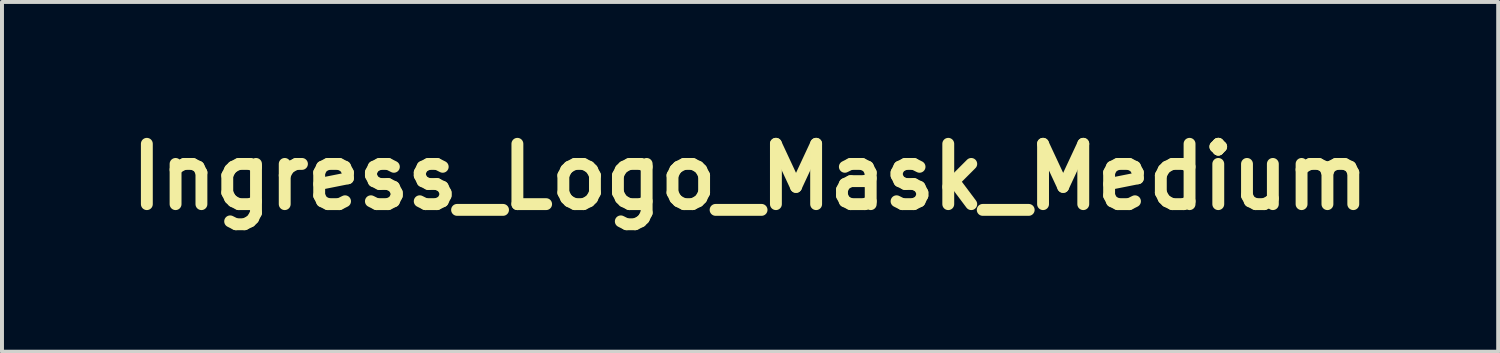
<source format=kicad_pcb>
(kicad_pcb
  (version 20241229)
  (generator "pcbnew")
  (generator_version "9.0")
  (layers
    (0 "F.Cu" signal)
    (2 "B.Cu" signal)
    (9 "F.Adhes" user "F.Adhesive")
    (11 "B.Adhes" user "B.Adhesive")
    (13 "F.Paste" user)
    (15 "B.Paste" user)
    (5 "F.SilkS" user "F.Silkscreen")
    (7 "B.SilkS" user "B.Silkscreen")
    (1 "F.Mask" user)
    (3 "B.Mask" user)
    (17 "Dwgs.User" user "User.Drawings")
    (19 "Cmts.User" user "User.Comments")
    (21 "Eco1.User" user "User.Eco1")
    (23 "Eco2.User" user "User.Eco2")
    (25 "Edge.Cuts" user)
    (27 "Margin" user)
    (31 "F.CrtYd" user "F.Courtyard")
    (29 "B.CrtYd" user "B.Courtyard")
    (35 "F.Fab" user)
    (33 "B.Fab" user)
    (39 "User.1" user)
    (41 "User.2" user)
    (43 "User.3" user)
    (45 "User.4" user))
  (footprint "Ingress_Logo_Mask_Medium"
    (layer "F.Cu")
    (at 15.9 1.418)
    (property "Reference" "Ingress_Logo_Mask_Medium" (at 0 0 0) (layer "F.SilkS") (effects (font (size 1.524 1.524) (thickness 0.3))))
    (attr through_hole)
    (fp_poly (pts (xy 0.251 -0.372) (xy 0.283 -0.372) (xy 0.315 -0.372) (xy 0.345 -0.372) (xy 0.374 -0.372) (xy 0.403 -0.372) (xy 0.43 -0.372) (xy 0.456 -0.372) (xy 0.481 -0.372) (xy 0.504 -0.372) (xy 0.526 -0.372) (xy 0.546 -0.372) (xy 0.564 -0.372) (xy 0.581 -0.371) (xy 0.596 -0.371) (xy 0.609 -0.371) (xy 0.62 -0.371) (xy 0.629 -0.371) (xy 0.636 -0.371) (xy 0.64 -0.371) (xy 0.642 -0.371) (xy 0.642 -0.371) (xy 0.642 -0.37) (xy 0.64 -0.366) (xy 0.637 -0.361) (xy 0.633 -0.354) (xy 0.628 -0.345) (xy 0.622 -0.335) (xy 0.615 -0.323) (xy 0.607 -0.309) (xy 0.598 -0.294) (xy 0.589 -0.278) (xy 0.579 -0.26) (xy 0.568 -0.241) (xy 0.557 -0.221) (xy 0.544 -0.2) (xy 0.532 -0.178) (xy 0.519 -0.156) (xy 0.505 -0.133) (xy 0.492 -0.109) (xy 0.478 -0.084) (xy 0.463 -0.059) (xy 0.449 -0.034) (xy 0.434 -0.008) (xy 0.419 0.017) (xy 0.404 0.043) (xy 0.389 0.069) (xy 0.374 0.095) (xy 0.36 0.12) (xy 0.345 0.145) (xy 0.331 0.17) (xy 0.317 0.195) (xy 0.303 0.219) (xy 0.289 0.242) (xy 0.276 0.264) (xy 0.264 0.286) (xy 0.252 0.307) (xy 0.24 0.327) (xy 0.229 0.346) (xy 0.219 0.363) (xy 0.21 0.38) (xy 0.201 0.395) (xy 0.193 0.408) (xy 0.186 0.42) (xy 0.18 0.431) (xy 0.175 0.44) (xy 0.171 0.446) (xy 0.168 0.452) (xy 0.166 0.455) (xy 0.166 0.455) (xy 0.165 0.457) (xy 0.162 0.462) (xy 0.158 0.469) (xy 0.153 0.477) (xy 0.147 0.487) (xy 0.141 0.499) (xy 0.133 0.511) (xy 0.126 0.525) (xy 0.117 0.54) (xy 0.108 0.555) (xy 0.099 0.572) (xy 0.089 0.589) (xy 0.079 0.605) (xy 0.07 0.622) (xy 0.06 0.638) (xy 0.051 0.654) (xy 0.043 0.669) (xy 0.035 0.682) (xy 0.027 0.695) (xy 0.021 0.706) (xy 0.015 0.716) (xy 0.01 0.725) (xy 0.006 0.732) (xy 0.003 0.737) (xy 0.001 0.74) (xy 0.000013 0.742) (xy 0 0.742) (xy -0.001 0.741) (xy -0.003 0.737) (xy -0.006 0.732) (xy -0.01 0.725) (xy -0.015 0.716) (xy -0.021 0.705) (xy -0.029 0.693) (xy -0.037 0.678) (xy -0.046 0.662) (xy -0.056 0.645) (xy -0.067 0.626) (xy -0.079 0.605) (xy -0.092 0.583) (xy -0.105 0.56) (xy -0.119 0.535) (xy -0.134 0.51) (xy -0.15 0.483) (xy -0.166 0.455) (xy -0.183 0.426) (xy -0.2 0.396) (xy -0.218 0.365) (xy -0.236 0.334) (xy -0.255 0.302) (xy -0.274 0.268) (xy -0.293 0.235) (xy -0.313 0.201) (xy -0.321 0.186) (xy -0.519 -0.157) (xy -0.387 -0.157) (xy -0.386 -0.156) (xy -0.384 -0.153) (xy -0.382 -0.148) (xy -0.378 -0.141) (xy -0.373 -0.132) (xy -0.367 -0.122) (xy -0.36 -0.11) (xy -0.353 -0.097) (xy -0.344 -0.083) (xy -0.335 -0.067) (xy -0.326 -0.05) (xy -0.316 -0.033) (xy -0.305 -0.014) (xy -0.294 0.005) (xy -0.283 0.025) (xy -0.271 0.045) (xy -0.259 0.066) (xy -0.247 0.087) (xy -0.234 0.108) (xy -0.222 0.13) (xy -0.21 0.151) (xy -0.197 0.173) (xy -0.185 0.194) (xy -0.173 0.214) (xy -0.161 0.235) (xy -0.15 0.255) (xy -0.139 0.274) (xy -0.128 0.292) (xy -0.118 0.31) (xy -0.109 0.326) (xy -0.1 0.342) (xy -0.091 0.356) (xy -0.084 0.369) (xy -0.077 0.38) (xy -0.071 0.39) (xy -0.066 0.399) (xy -0.063 0.406) (xy -0.06 0.41) (xy -0.058 0.413) (xy -0.057 0.414) (xy -0.057 0.413) (xy -0.057 0.409) (xy -0.057 0.404) (xy -0.057 0.396) (xy -0.057 0.386) (xy -0.057 0.374) (xy -0.057 0.361) (xy -0.057 0.346) (xy -0.057 0.33) (xy -0.057 0.313) (xy -0.057 0.294) (xy -0.057 0.274) (xy -0.057 0.254) (xy -0.057 0.232) (xy -0.057 0.224) (xy 0.057 0.224) (xy 0.057 0.25) (xy 0.057 0.273) (xy 0.057 0.294) (xy 0.057 0.314) (xy 0.057 0.331) (xy 0.057 0.346) (xy 0.057 0.359) (xy 0.057 0.37) (xy 0.057 0.38) (xy 0.057 0.388) (xy 0.058 0.395) (xy 0.058 0.401) (xy 0.058 0.405) (xy 0.058 0.408) (xy 0.058 0.411) (xy 0.058 0.412) (xy 0.059 0.412) (xy 0.059 0.412) (xy 0.06 0.411) (xy 0.062 0.407) (xy 0.065 0.402) (xy 0.069 0.395) (xy 0.073 0.387) (xy 0.079 0.378) (xy 0.085 0.367) (xy 0.092 0.355) (xy 0.099 0.343) (xy 0.105 0.332) (xy 0.113 0.319) (xy 0.12 0.307) (xy 0.127 0.295) (xy 0.133 0.284) (xy 0.138 0.275) (xy 0.143 0.266) (xy 0.147 0.259) (xy 0.15 0.254) (xy 0.152 0.251) (xy 0.153 0.249) (xy 0.154 0.248) (xy 0.156 0.244) (xy 0.159 0.239) (xy 0.163 0.231) (xy 0.168 0.222) (xy 0.174 0.212) (xy 0.181 0.2) (xy 0.189 0.186) (xy 0.198 0.171) (xy 0.207 0.155) (xy 0.217 0.138) (xy 0.227 0.12) (xy 0.238 0.102) (xy 0.249 0.082) (xy 0.261 0.062) (xy 0.271 0.045) (xy 0.283 0.024) (xy 0.294 0.004) (xy 0.305 -0.015) (xy 0.316 -0.034) (xy 0.326 -0.051) (xy 0.336 -0.068) (xy 0.345 -0.084) (xy 0.353 -0.098) (xy 0.36 -0.111) (xy 0.367 -0.122) (xy 0.373 -0.132) (xy 0.378 -0.141) (xy 0.381 -0.148) (xy 0.384 -0.152) (xy 0.386 -0.155) (xy 0.386 -0.156) (xy 0.385 -0.156) (xy 0.382 -0.154) (xy 0.377 -0.151) (xy 0.37 -0.147) (xy 0.362 -0.142) (xy 0.352 -0.137) (xy 0.341 -0.13) (xy 0.329 -0.123) (xy 0.315 -0.116) (xy 0.301 -0.107) (xy 0.285 -0.099) (xy 0.269 -0.089) (xy 0.26 -0.084) (xy 0.243 -0.074) (xy 0.226 -0.064) (xy 0.209 -0.054) (xy 0.192 -0.045) (xy 0.176 -0.036) (xy 0.161 -0.027) (xy 0.147 -0.019) (xy 0.134 -0.011) (xy 0.122 -0.004) (xy 0.112 0.002) (xy 0.103 0.006) (xy 0.097 0.01) (xy 0.096 0.011) (xy 0.057 0.033) (xy 0.057 0.224) (xy -0.057 0.224) (xy -0.057 0.224) (xy -0.057 0.033) (xy -0.222 -0.062) (xy -0.24 -0.073) (xy -0.258 -0.083) (xy -0.276 -0.093) (xy -0.292 -0.103) (xy -0.308 -0.112) (xy -0.322 -0.12) (xy -0.336 -0.128) (xy -0.348 -0.135) (xy -0.358 -0.141) (xy -0.368 -0.146) (xy -0.375 -0.15) (xy -0.381 -0.154) (xy -0.385 -0.156) (xy -0.387 -0.157) (xy -0.387 -0.157) (xy -0.519 -0.157) (xy -0.576 -0.256) (xy -0.33 -0.256) (xy -0.165 -0.161) (xy -0.146 -0.15) (xy -0.128 -0.14) (xy -0.111 -0.13) (xy -0.094 -0.12) (xy -0.079 -0.111) (xy -0.064 -0.103) (xy -0.051 -0.095) (xy -0.039 -0.088) (xy -0.028 -0.082) (xy -0.019 -0.077) (xy -0.011 -0.073) (xy -0.005 -0.07) (xy -0.002 -0.067) (xy 0.000419 -0.066) (xy 0.001 -0.066) (xy 0.002 -0.067) (xy 0.005 -0.069) (xy 0.01 -0.072) (xy 0.016 -0.075) (xy 0.024 -0.079) (xy 0.032 -0.084) (xy 0.04 -0.089) (xy 0.047 -0.093) (xy 0.055 -0.098) (xy 0.065 -0.103) (xy 0.076 -0.11) (xy 0.089 -0.118) (xy 0.103 -0.126) (xy 0.119 -0.134) (xy 0.134 -0.144) (xy 0.151 -0.153) (xy 0.168 -0.163) (xy 0.185 -0.173) (xy 0.202 -0.183) (xy 0.204 -0.184) (xy 0.329 -0.256) (xy 0.164 -0.256) (xy 0.14 -0.256) (xy 0.114 -0.256) (xy 0.086 -0.257) (xy 0.057 -0.257) (xy 0.028 -0.257) (xy -0.003 -0.257) (xy -0.033 -0.257) (xy -0.063 -0.257) (xy -0.092 -0.257) (xy -0.119 -0.256) (xy -0.145 -0.256) (xy -0.165 -0.256) (xy -0.33 -0.256) (xy -0.576 -0.256) (xy -0.642 -0.37) (xy -0.421 -0.371) (xy -0.392 -0.371) (xy -0.361 -0.371) (xy -0.33 -0.371) (xy -0.298 -0.371) (xy -0.265 -0.371) (xy -0.232 -0.371) (xy -0.198 -0.372) (xy -0.163 -0.372) (xy -0.128 -0.372) (xy -0.093 -0.372) (xy -0.058 -0.372) (xy -0.023 -0.372) (xy 0.012 -0.372) (xy 0.047 -0.372) (xy 0.082 -0.372) (xy 0.117 -0.372) (xy 0.151 -0.372) (xy 0.185 -0.372) (xy 0.219 -0.372) (xy 0.251 -0.372)) (stroke (width 0.01) (type solid)) (fill yes) (layer "F.Mask"))
    (fp_poly (pts (xy 0.442 -0.767) (xy 0.884 -0.512) (xy 0.884 0.512) (xy 0.543 0.708) (xy 0.502 0.732) (xy 0.464 0.754) (xy 0.427 0.775) (xy 0.392 0.795) (xy 0.36 0.814) (xy 0.329 0.832) (xy 0.3 0.848) (xy 0.273 0.864) (xy 0.247 0.879) (xy 0.223 0.893) (xy 0.201 0.905) (xy 0.18 0.917) (xy 0.161 0.929) (xy 0.143 0.939) (xy 0.127 0.948) (xy 0.112 0.957) (xy 0.098 0.965) (xy 0.085 0.972) (xy 0.073 0.979) (xy 0.063 0.985) (xy 0.054 0.99) (xy 0.045 0.995) (xy 0.038 0.999) (xy 0.031 1.003) (xy 0.025 1.006) (xy 0.02 1.009) (xy 0.016 1.012) (xy 0.013 1.014) (xy 0.01 1.015) (xy 0.007 1.017) (xy 0.005 1.018) (xy 0.003 1.019) (xy 0.002 1.019) (xy 0.001 1.02) (xy 0.001 1.02) (xy 0.000389 1.02) (xy 0.000154 1.02) (xy -0.001 1.02) (xy -0.005 1.018) (xy -0.01 1.016) (xy -0.016 1.012) (xy -0.022 1.009) (xy -0.024 1.007) (xy -0.028 1.005) (xy -0.035 1.001) (xy -0.042 0.997) (xy -0.052 0.991) (xy -0.063 0.985) (xy -0.075 0.978) (xy -0.089 0.97) (xy -0.103 0.962) (xy -0.118 0.953) (xy -0.133 0.944) (xy -0.149 0.935) (xy -0.162 0.928) (xy -0.173 0.921) (xy -0.186 0.914) (xy -0.201 0.905) (xy -0.218 0.895) (xy -0.237 0.885) (xy -0.257 0.873) (xy -0.278 0.861) (xy -0.301 0.848) (xy -0.324 0.834) (xy -0.349 0.82) (xy -0.374 0.805) (xy -0.4 0.79) (xy -0.426 0.775) (xy -0.453 0.76) (xy -0.48 0.744) (xy -0.508 0.728) (xy -0.535 0.712) (xy -0.562 0.697) (xy -0.581 0.686) (xy -0.884 0.511) (xy -0.884 -0.445) (xy -0.77 -0.445) (xy -0.77 -0.033) (xy -0.77 -0.002) (xy -0.77 0.03) (xy -0.77 0.06) (xy -0.77 0.09) (xy -0.77 0.118) (xy -0.77 0.146) (xy -0.77 0.173) (xy -0.77 0.198) (xy -0.77 0.222) (xy -0.77 0.245) (xy -0.77 0.266) (xy -0.77 0.286) (xy -0.77 0.304) (xy -0.77 0.32) (xy -0.77 0.335) (xy -0.77 0.347) (xy -0.77 0.358) (xy -0.77 0.366) (xy -0.77 0.373) (xy -0.77 0.377) (xy -0.77 0.378) (xy -0.77 0.378) (xy -0.769 0.378) (xy -0.765 0.376) (xy -0.76 0.373) (xy -0.754 0.369) (xy -0.745 0.364) (xy -0.735 0.358) (xy -0.724 0.352) (xy -0.711 0.345) (xy -0.697 0.337) (xy -0.682 0.328) (xy -0.666 0.319) (xy -0.65 0.309) (xy -0.632 0.299) (xy -0.62 0.292) (xy -0.599 0.28) (xy -0.58 0.269) (xy -0.563 0.259) (xy -0.547 0.25) (xy -0.534 0.242) (xy -0.522 0.236) (xy -0.511 0.23) (xy -0.502 0.225) (xy -0.495 0.22) (xy -0.488 0.217) (xy -0.483 0.214) (xy -0.479 0.212) (xy -0.476 0.21) (xy -0.473 0.209) (xy -0.471 0.208) (xy -0.47 0.208) (xy -0.47 0.208) (xy -0.47 0.208) (xy -0.469 0.21) (xy -0.467 0.213) (xy -0.464 0.218) (xy -0.46 0.225) (xy -0.456 0.232) (xy -0.45 0.241) (xy -0.445 0.251) (xy -0.441 0.257) (xy -0.436 0.267) (xy -0.43 0.276) (xy -0.426 0.285) (xy -0.422 0.292) (xy -0.419 0.298) (xy -0.416 0.302) (xy -0.415 0.305) (xy -0.415 0.305) (xy -0.416 0.306) (xy -0.419 0.308) (xy -0.425 0.311) (xy -0.431 0.315) (xy -0.44 0.32) (xy -0.45 0.326) (xy -0.462 0.332) (xy -0.474 0.34) (xy -0.488 0.348) (xy -0.503 0.356) (xy -0.519 0.365) (xy -0.536 0.375) (xy -0.553 0.385) (xy -0.564 0.391) (xy -0.581 0.401) (xy -0.598 0.411) (xy -0.615 0.421) (xy -0.63 0.43) (xy -0.645 0.438) (xy -0.658 0.446) (xy -0.67 0.453) (xy -0.681 0.459) (xy -0.691 0.465) (xy -0.699 0.469) (xy -0.705 0.473) (xy -0.709 0.476) (xy -0.712 0.477) (xy -0.712 0.477) (xy -0.711 0.478) (xy -0.708 0.48) (xy -0.703 0.483) (xy -0.696 0.487) (xy -0.687 0.492) (xy -0.677 0.498) (xy -0.665 0.505) (xy -0.652 0.513) (xy -0.637 0.521) (xy -0.621 0.53) (xy -0.604 0.54) (xy -0.586 0.551) (xy -0.566 0.562) (xy -0.546 0.574) (xy -0.525 0.586) (xy -0.504 0.599) (xy -0.481 0.612) (xy -0.458 0.625) (xy -0.435 0.638) (xy -0.412 0.652) (xy -0.388 0.666) (xy -0.364 0.68) (xy -0.34 0.693) (xy -0.316 0.707) (xy -0.292 0.721) (xy -0.269 0.734) (xy -0.246 0.748) (xy -0.223 0.761) (xy -0.201 0.774) (xy -0.18 0.786) (xy -0.159 0.798) (xy -0.139 0.809) (xy -0.12 0.82) (xy -0.102 0.831) (xy -0.085 0.84) (xy -0.07 0.849) (xy -0.055 0.858) (xy -0.043 0.865) (xy -0.031 0.872) (xy -0.021 0.877) (xy -0.013 0.882) (xy -0.007 0.885) (xy -0.003 0.888) (xy -0.000363 0.889) (xy 0.000068 0.889) (xy 0.001 0.889) (xy 0.004 0.887) (xy 0.009 0.884) (xy 0.016 0.88) (xy 0.024 0.876) (xy 0.034 0.87) (xy 0.045 0.864) (xy 0.057 0.857) (xy 0.069 0.85) (xy 0.083 0.842) (xy 0.097 0.833) (xy 0.098 0.833) (xy 0.108 0.827) (xy 0.121 0.82) (xy 0.135 0.812) (xy 0.151 0.802) (xy 0.168 0.792) (xy 0.187 0.781) (xy 0.207 0.77) (xy 0.229 0.757) (xy 0.251 0.744) (xy 0.274 0.731) (xy 0.298 0.717) (xy 0.322 0.703) (xy 0.347 0.689) (xy 0.372 0.674) (xy 0.397 0.66) (xy 0.423 0.645) (xy 0.447 0.631) (xy 0.454 0.627) (xy 0.483 0.611) (xy 0.51 0.595) (xy 0.535 0.58) (xy 0.558 0.567) (xy 0.579 0.555) (xy 0.598 0.544) (xy 0.616 0.533) (xy 0.632 0.524) (xy 0.646 0.516) (xy 0.658 0.509) (xy 0.669 0.502) (xy 0.679 0.496) (xy 0.687 0.492) (xy 0.694 0.487) (xy 0.7 0.484) (xy 0.704 0.481) (xy 0.707 0.479) (xy 0.709 0.478) (xy 0.71 0.477) (xy 0.71 0.477) (xy 0.709 0.476) (xy 0.706 0.474) (xy 0.701 0.471) (xy 0.694 0.467) (xy 0.685 0.462) (xy 0.675 0.456) (xy 0.663 0.449) (xy 0.651 0.442) (xy 0.637 0.434) (xy 0.622 0.425) (xy 0.606 0.416) (xy 0.589 0.406) (xy 0.572 0.396) (xy 0.561 0.39) (xy 0.413 0.305) (xy 0.422 0.29) (xy 0.424 0.286) (xy 0.428 0.279) (xy 0.433 0.271) (xy 0.438 0.262) (xy 0.443 0.253) (xy 0.448 0.244) (xy 0.45 0.242) (xy 0.454 0.233) (xy 0.459 0.226) (xy 0.463 0.219) (xy 0.466 0.213) (xy 0.468 0.209) (xy 0.47 0.207) (xy 0.47 0.207) (xy 0.471 0.207) (xy 0.474 0.209) (xy 0.479 0.212) (xy 0.486 0.215) (xy 0.494 0.22) (xy 0.504 0.225) (xy 0.515 0.232) (xy 0.527 0.238) (xy 0.54 0.246) (xy 0.553 0.254) (xy 0.568 0.262) (xy 0.583 0.27) (xy 0.598 0.279) (xy 0.614 0.288) (xy 0.629 0.297) (xy 0.645 0.306) (xy 0.66 0.315) (xy 0.675 0.323) (xy 0.689 0.331) (xy 0.703 0.339) (xy 0.716 0.347) (xy 0.728 0.353) (xy 0.738 0.36) (xy 0.748 0.365) (xy 0.756 0.37) (xy 0.762 0.374) (xy 0.766 0.376) (xy 0.77 0.378) (xy 0.77 -0.033) (xy 0.77 -0.445) (xy 0.415 -0.65) (xy 0.387 -0.666) (xy 0.36 -0.681) (xy 0.334 -0.697) (xy 0.308 -0.711) (xy 0.283 -0.726) (xy 0.259 -0.739) (xy 0.236 -0.753) (xy 0.214 -0.765) (xy 0.194 -0.777) (xy 0.174 -0.789) (xy 0.155 -0.799) (xy 0.138 -0.809) (xy 0.123 -0.818) (xy 0.109 -0.827) (xy 0.096 -0.834) (xy 0.085 -0.84) (xy 0.076 -0.845) (xy 0.068 -0.85) (xy 0.063 -0.853) (xy 0.06 -0.855) (xy 0.058 -0.856) (xy 0.058 -0.856) (xy 0.058 -0.854) (xy 0.058 -0.851) (xy 0.058 -0.845) (xy 0.058 -0.837) (xy 0.058 -0.828) (xy 0.057 -0.816) (xy 0.057 -0.803) (xy 0.057 -0.789) (xy 0.057 -0.773) (xy 0.057 -0.755) (xy 0.057 -0.737) (xy 0.057 -0.718) (xy 0.057 -0.698) (xy 0.057 -0.683) (xy 0.057 -0.51) (xy -0.057 -0.51) (xy -0.057 -0.683) (xy -0.057 -0.703) (xy -0.057 -0.723) (xy -0.057 -0.742) (xy -0.057 -0.76) (xy -0.057 -0.777) (xy -0.057 -0.793) (xy -0.057 -0.807) (xy -0.057 -0.82) (xy -0.058 -0.831) (xy -0.058 -0.84) (xy -0.058 -0.847) (xy -0.058 -0.852) (xy -0.058 -0.855) (xy -0.058 -0.856) (xy -0.059 -0.855) (xy -0.062 -0.853) (xy -0.068 -0.85) (xy -0.075 -0.846) (xy -0.083 -0.841) (xy -0.094 -0.835) (xy -0.106 -0.828) (xy -0.119 -0.82) (xy -0.134 -0.812) (xy -0.15 -0.803) (xy -0.167 -0.793) (xy -0.186 -0.782) (xy -0.205 -0.771) (xy -0.225 -0.759) (xy -0.246 -0.747) (xy -0.267 -0.735) (xy -0.289 -0.722) (xy -0.29 -0.722) (xy -0.315 -0.708) (xy -0.339 -0.693) (xy -0.365 -0.679) (xy -0.39 -0.664) (xy -0.415 -0.65) (xy -0.441 -0.635) (xy -0.466 -0.621) (xy -0.49 -0.606) (xy -0.514 -0.593) (xy -0.537 -0.579) (xy -0.559 -0.567) (xy -0.579 -0.555) (xy -0.599 -0.544) (xy -0.616 -0.534) (xy -0.632 -0.525) (xy -0.646 -0.517) (xy -0.77 -0.445) (xy -0.884 -0.445) (xy -0.884 -0.511) (xy -0.751 -0.588) (xy -0.739 -0.595) (xy -0.724 -0.604) (xy -0.707 -0.613) (xy -0.689 -0.624) (xy -0.669 -0.635) (xy -0.647 -0.648) (xy -0.625 -0.661) (xy -0.601 -0.675) (xy -0.576 -0.689) (xy -0.55 -0.704) (xy -0.524 -0.719) (xy -0.497 -0.735) (xy -0.469 -0.751) (xy -0.441 -0.767) (xy -0.413 -0.783) (xy -0.385 -0.799) (xy -0.357 -0.815) (xy -0.33 -0.831) (xy -0.309 -0.843) (xy 0.000004 -1.022) (xy 0.442 -0.767)) (stroke (width 0.01) (type solid)) (fill yes) (layer "F.Mask")))
  (gr_rect
    (start -3 -3)
    (end 34.801 5.836)
    (stroke (width 0.1) (type default))
    (fill no)
    (layer "Edge.Cuts")))
</source>
